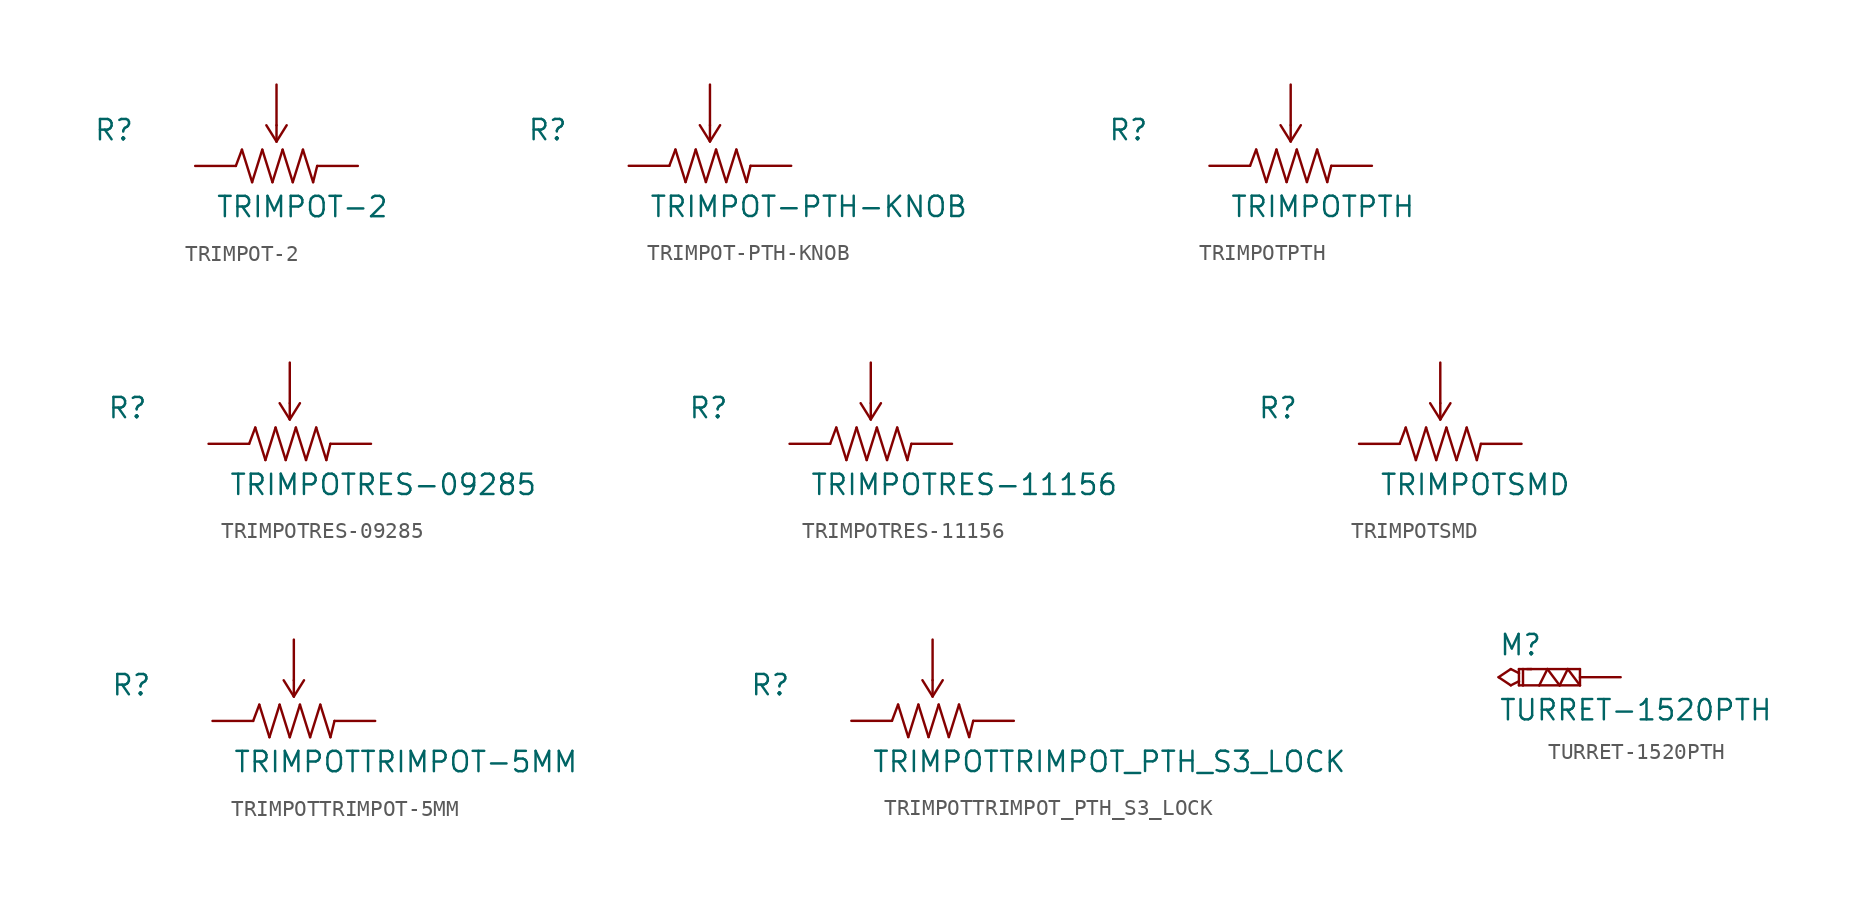
<source format=kicad_sym>
(kicad_symbol_lib
  (version 20211014)
  (generator kicad_symbol_editor)
  (symbol "TRIMPOT-2"
    (pin_numbers hide)
    (pin_names
      (offset 1.016) hide)
    (property "Reference" "R"
      (at -11.43 1.499 0)
      (effects (font (size 1.27 1.27)) (justify left bottom)))
    (property "Value" "TRIMPOT-2"
      (at -3.81 -3.302 0)
      (effects (font (size 1.27 1.27)) (justify left bottom)))
    (property "ki_locked" ""
      (at 0 0 0)
      (effects (font (size 1.27 1.27))))
    (symbol "TRIMPOT-2_1_0"
      (polyline (pts (xy -2.54 0) (xy -2.159 1.016)) (stroke (width 0) (type default) (color 0 0 0 0)) (fill (type none)))
      (polyline (pts (xy -2.159 1.016) (xy -1.524 -1.016)) (stroke (width 0) (type default) (color 0 0 0 0)) (fill (type none)))
      (polyline (pts (xy -1.524 -1.016) (xy -0.889 1.016)) (stroke (width 0) (type default) (color 0 0 0 0)) (fill (type none)))
      (polyline (pts (xy -0.889 1.016) (xy -0.254 -1.016)) (stroke (width 0) (type default) (color 0 0 0 0)) (fill (type none)))
      (polyline (pts (xy -0.635 2.54) (xy 0 1.524)) (stroke (width 0) (type default) (color 0 0 0 0)) (fill (type none)))
      (polyline (pts (xy -0.254 -1.016) (xy 0.381 1.016)) (stroke (width 0) (type default) (color 0 0 0 0)) (fill (type none)))
      (polyline (pts (xy 0 1.524) (xy 0.635 2.54)) (stroke (width 0) (type default) (color 0 0 0 0)) (fill (type none)))
      (polyline (pts (xy 0 2.54) (xy 0 1.524)) (stroke (width 0) (type default) (color 0 0 0 0)) (fill (type none)))
      (polyline (pts (xy 0.381 1.016) (xy 1.016 -1.016)) (stroke (width 0) (type default) (color 0 0 0 0)) (fill (type none)))
      (polyline (pts (xy 1.016 -1.016) (xy 1.651 1.016)) (stroke (width 0) (type default) (color 0 0 0 0)) (fill (type none)))
      (polyline (pts (xy 1.651 1.016) (xy 2.286 -1.016)) (stroke (width 0) (type default) (color 0 0 0 0)) (fill (type none)))
      (polyline (pts (xy 2.286 -1.016) (xy 2.54 0)) (stroke (width 0) (type default) (color 0 0 0 0)) (fill (type none))))
    (symbol "TRIMPOT-2_1_1"
      (pin passive line (at -5.08 0 0) (length 2.54) (name "CCW" (effects (font (size 1.016 1.016)))) (number "1" (effects (font (size 1.016 1.016)))))
      (pin passive line (at 0 5.08 270) (length 2.54) (name "WIPER" (effects (font (size 1.016 1.016)))) (number "2" (effects (font (size 1.016 1.016)))))
      (pin passive line (at 5.08 0 180) (length 2.54) (name "CW" (effects (font (size 1.016 1.016)))) (number "3" (effects (font (size 1.016 1.016)))))))
  (symbol "TRIMPOT-PTH-KNOB"
    (pin_numbers hide)
    (pin_names
      (offset 1.016) hide)
    (property "Reference" "R"
      (at -11.43 1.499 0)
      (effects (font (size 1.27 1.27)) (justify left bottom)))
    (property "Value" "TRIMPOT-PTH-KNOB"
      (at -3.81 -3.302 0)
      (effects (font (size 1.27 1.27)) (justify left bottom)))
    (property "ki_locked" ""
      (at 0 0 0)
      (effects (font (size 1.27 1.27))))
    (symbol "TRIMPOT-PTH-KNOB_1_0"
      (polyline (pts (xy -2.54 0) (xy -2.159 1.016)) (stroke (width 0) (type default) (color 0 0 0 0)) (fill (type none)))
      (polyline (pts (xy -2.159 1.016) (xy -1.524 -1.016)) (stroke (width 0) (type default) (color 0 0 0 0)) (fill (type none)))
      (polyline (pts (xy -1.524 -1.016) (xy -0.889 1.016)) (stroke (width 0) (type default) (color 0 0 0 0)) (fill (type none)))
      (polyline (pts (xy -0.889 1.016) (xy -0.254 -1.016)) (stroke (width 0) (type default) (color 0 0 0 0)) (fill (type none)))
      (polyline (pts (xy -0.635 2.54) (xy 0 1.524)) (stroke (width 0) (type default) (color 0 0 0 0)) (fill (type none)))
      (polyline (pts (xy -0.254 -1.016) (xy 0.381 1.016)) (stroke (width 0) (type default) (color 0 0 0 0)) (fill (type none)))
      (polyline (pts (xy 0 1.524) (xy 0.635 2.54)) (stroke (width 0) (type default) (color 0 0 0 0)) (fill (type none)))
      (polyline (pts (xy 0 2.54) (xy 0 1.524)) (stroke (width 0) (type default) (color 0 0 0 0)) (fill (type none)))
      (polyline (pts (xy 0.381 1.016) (xy 1.016 -1.016)) (stroke (width 0) (type default) (color 0 0 0 0)) (fill (type none)))
      (polyline (pts (xy 1.016 -1.016) (xy 1.651 1.016)) (stroke (width 0) (type default) (color 0 0 0 0)) (fill (type none)))
      (polyline (pts (xy 1.651 1.016) (xy 2.286 -1.016)) (stroke (width 0) (type default) (color 0 0 0 0)) (fill (type none)))
      (polyline (pts (xy 2.286 -1.016) (xy 2.54 0)) (stroke (width 0) (type default) (color 0 0 0 0)) (fill (type none))))
    (symbol "TRIMPOT-PTH-KNOB_1_1"
      (pin passive line (at -5.08 0 0) (length 2.54) (name "CCW" (effects (font (size 1.016 1.016)))) (number "1" (effects (font (size 1.016 1.016)))))
      (pin passive line (at 0 5.08 270) (length 2.54) (name "WIPER" (effects (font (size 1.016 1.016)))) (number "2" (effects (font (size 1.016 1.016)))))
      (pin passive line (at 5.08 0 180) (length 2.54) (name "CW" (effects (font (size 1.016 1.016)))) (number "3" (effects (font (size 1.016 1.016)))))))
  (symbol "TRIMPOTPTH"
    (pin_numbers hide)
    (pin_names
      (offset 1.016) hide)
    (property "Reference" "R"
      (at -11.43 1.499 0)
      (effects (font (size 1.27 1.27)) (justify left bottom)))
    (property "Value" "TRIMPOTPTH"
      (at -3.81 -3.302 0)
      (effects (font (size 1.27 1.27)) (justify left bottom)))
    (property "ki_locked" ""
      (at 0 0 0)
      (effects (font (size 1.27 1.27))))
    (symbol "TRIMPOTPTH_1_0"
      (polyline (pts (xy -2.54 0) (xy -2.159 1.016)) (stroke (width 0) (type default) (color 0 0 0 0)) (fill (type none)))
      (polyline (pts (xy -2.159 1.016) (xy -1.524 -1.016)) (stroke (width 0) (type default) (color 0 0 0 0)) (fill (type none)))
      (polyline (pts (xy -1.524 -1.016) (xy -0.889 1.016)) (stroke (width 0) (type default) (color 0 0 0 0)) (fill (type none)))
      (polyline (pts (xy -0.889 1.016) (xy -0.254 -1.016)) (stroke (width 0) (type default) (color 0 0 0 0)) (fill (type none)))
      (polyline (pts (xy -0.635 2.54) (xy 0 1.524)) (stroke (width 0) (type default) (color 0 0 0 0)) (fill (type none)))
      (polyline (pts (xy -0.254 -1.016) (xy 0.381 1.016)) (stroke (width 0) (type default) (color 0 0 0 0)) (fill (type none)))
      (polyline (pts (xy 0 1.524) (xy 0.635 2.54)) (stroke (width 0) (type default) (color 0 0 0 0)) (fill (type none)))
      (polyline (pts (xy 0 2.54) (xy 0 1.524)) (stroke (width 0) (type default) (color 0 0 0 0)) (fill (type none)))
      (polyline (pts (xy 0.381 1.016) (xy 1.016 -1.016)) (stroke (width 0) (type default) (color 0 0 0 0)) (fill (type none)))
      (polyline (pts (xy 1.016 -1.016) (xy 1.651 1.016)) (stroke (width 0) (type default) (color 0 0 0 0)) (fill (type none)))
      (polyline (pts (xy 1.651 1.016) (xy 2.286 -1.016)) (stroke (width 0) (type default) (color 0 0 0 0)) (fill (type none)))
      (polyline (pts (xy 2.286 -1.016) (xy 2.54 0)) (stroke (width 0) (type default) (color 0 0 0 0)) (fill (type none))))
    (symbol "TRIMPOTPTH_1_1"
      (pin passive line (at -5.08 0 0) (length 2.54) (name "CCW" (effects (font (size 1.016 1.016)))) (number "1" (effects (font (size 1.016 1.016)))))
      (pin passive line (at 0 5.08 270) (length 2.54) (name "WIPER" (effects (font (size 1.016 1.016)))) (number "2" (effects (font (size 1.016 1.016)))))
      (pin passive line (at 5.08 0 180) (length 2.54) (name "CW" (effects (font (size 1.016 1.016)))) (number "3" (effects (font (size 1.016 1.016)))))))
  (symbol "TRIMPOTRES-09285"
    (pin_numbers hide)
    (pin_names
      (offset 1.016) hide)
    (property "Reference" "R"
      (at -11.43 1.499 0)
      (effects (font (size 1.27 1.27)) (justify left bottom)))
    (property "Value" "TRIMPOTRES-09285"
      (at -3.81 -3.302 0)
      (effects (font (size 1.27 1.27)) (justify left bottom)))
    (property "ki_locked" ""
      (at 0 0 0)
      (effects (font (size 1.27 1.27))))
    (symbol "TRIMPOTRES-09285_1_0"
      (polyline (pts (xy -2.54 0) (xy -2.159 1.016)) (stroke (width 0) (type default) (color 0 0 0 0)) (fill (type none)))
      (polyline (pts (xy -2.159 1.016) (xy -1.524 -1.016)) (stroke (width 0) (type default) (color 0 0 0 0)) (fill (type none)))
      (polyline (pts (xy -1.524 -1.016) (xy -0.889 1.016)) (stroke (width 0) (type default) (color 0 0 0 0)) (fill (type none)))
      (polyline (pts (xy -0.889 1.016) (xy -0.254 -1.016)) (stroke (width 0) (type default) (color 0 0 0 0)) (fill (type none)))
      (polyline (pts (xy -0.635 2.54) (xy 0 1.524)) (stroke (width 0) (type default) (color 0 0 0 0)) (fill (type none)))
      (polyline (pts (xy -0.254 -1.016) (xy 0.381 1.016)) (stroke (width 0) (type default) (color 0 0 0 0)) (fill (type none)))
      (polyline (pts (xy 0 1.524) (xy 0.635 2.54)) (stroke (width 0) (type default) (color 0 0 0 0)) (fill (type none)))
      (polyline (pts (xy 0 2.54) (xy 0 1.524)) (stroke (width 0) (type default) (color 0 0 0 0)) (fill (type none)))
      (polyline (pts (xy 0.381 1.016) (xy 1.016 -1.016)) (stroke (width 0) (type default) (color 0 0 0 0)) (fill (type none)))
      (polyline (pts (xy 1.016 -1.016) (xy 1.651 1.016)) (stroke (width 0) (type default) (color 0 0 0 0)) (fill (type none)))
      (polyline (pts (xy 1.651 1.016) (xy 2.286 -1.016)) (stroke (width 0) (type default) (color 0 0 0 0)) (fill (type none)))
      (polyline (pts (xy 2.286 -1.016) (xy 2.54 0)) (stroke (width 0) (type default) (color 0 0 0 0)) (fill (type none))))
    (symbol "TRIMPOTRES-09285_1_1"
      (pin passive line (at -5.08 0 0) (length 2.54) (name "CCW" (effects (font (size 1.016 1.016)))) (number "1" (effects (font (size 1.016 1.016)))))
      (pin passive line (at 0 5.08 270) (length 2.54) (name "WIPER" (effects (font (size 1.016 1.016)))) (number "2" (effects (font (size 1.016 1.016)))))
      (pin passive line (at 5.08 0 180) (length 2.54) (name "CW" (effects (font (size 1.016 1.016)))) (number "3" (effects (font (size 1.016 1.016)))))))
  (symbol "TRIMPOTRES-11156"
    (pin_numbers hide)
    (pin_names
      (offset 1.016) hide)
    (property "Reference" "R"
      (at -11.43 1.499 0)
      (effects (font (size 1.27 1.27)) (justify left bottom)))
    (property "Value" "TRIMPOTRES-11156"
      (at -3.81 -3.302 0)
      (effects (font (size 1.27 1.27)) (justify left bottom)))
    (property "ki_locked" ""
      (at 0 0 0)
      (effects (font (size 1.27 1.27))))
    (symbol "TRIMPOTRES-11156_1_0"
      (polyline (pts (xy -2.54 0) (xy -2.159 1.016)) (stroke (width 0) (type default) (color 0 0 0 0)) (fill (type none)))
      (polyline (pts (xy -2.159 1.016) (xy -1.524 -1.016)) (stroke (width 0) (type default) (color 0 0 0 0)) (fill (type none)))
      (polyline (pts (xy -1.524 -1.016) (xy -0.889 1.016)) (stroke (width 0) (type default) (color 0 0 0 0)) (fill (type none)))
      (polyline (pts (xy -0.889 1.016) (xy -0.254 -1.016)) (stroke (width 0) (type default) (color 0 0 0 0)) (fill (type none)))
      (polyline (pts (xy -0.635 2.54) (xy 0 1.524)) (stroke (width 0) (type default) (color 0 0 0 0)) (fill (type none)))
      (polyline (pts (xy -0.254 -1.016) (xy 0.381 1.016)) (stroke (width 0) (type default) (color 0 0 0 0)) (fill (type none)))
      (polyline (pts (xy 0 1.524) (xy 0.635 2.54)) (stroke (width 0) (type default) (color 0 0 0 0)) (fill (type none)))
      (polyline (pts (xy 0 2.54) (xy 0 1.524)) (stroke (width 0) (type default) (color 0 0 0 0)) (fill (type none)))
      (polyline (pts (xy 0.381 1.016) (xy 1.016 -1.016)) (stroke (width 0) (type default) (color 0 0 0 0)) (fill (type none)))
      (polyline (pts (xy 1.016 -1.016) (xy 1.651 1.016)) (stroke (width 0) (type default) (color 0 0 0 0)) (fill (type none)))
      (polyline (pts (xy 1.651 1.016) (xy 2.286 -1.016)) (stroke (width 0) (type default) (color 0 0 0 0)) (fill (type none)))
      (polyline (pts (xy 2.286 -1.016) (xy 2.54 0)) (stroke (width 0) (type default) (color 0 0 0 0)) (fill (type none))))
    (symbol "TRIMPOTRES-11156_1_1"
      (pin passive line (at -5.08 0 0) (length 2.54) (name "CCW" (effects (font (size 1.016 1.016)))) (number "A" (effects (font (size 1.016 1.016)))))
      (pin passive line (at 0 5.08 270) (length 2.54) (name "WIPER" (effects (font (size 1.016 1.016)))) (number "B" (effects (font (size 1.016 1.016)))))
      (pin passive line (at 5.08 0 180) (length 2.54) (name "CW" (effects (font (size 1.016 1.016)))) (number "C" (effects (font (size 1.016 1.016)))))))
  (symbol "TRIMPOTSMD"
    (pin_numbers hide)
    (pin_names
      (offset 1.016) hide)
    (property "Reference" "R"
      (at -11.43 1.499 0)
      (effects (font (size 1.27 1.27)) (justify left bottom)))
    (property "Value" "TRIMPOTSMD"
      (at -3.81 -3.302 0)
      (effects (font (size 1.27 1.27)) (justify left bottom)))
    (property "ki_locked" ""
      (at 0 0 0)
      (effects (font (size 1.27 1.27))))
    (symbol "TRIMPOTSMD_1_0"
      (polyline (pts (xy -2.54 0) (xy -2.159 1.016)) (stroke (width 0) (type default) (color 0 0 0 0)) (fill (type none)))
      (polyline (pts (xy -2.159 1.016) (xy -1.524 -1.016)) (stroke (width 0) (type default) (color 0 0 0 0)) (fill (type none)))
      (polyline (pts (xy -1.524 -1.016) (xy -0.889 1.016)) (stroke (width 0) (type default) (color 0 0 0 0)) (fill (type none)))
      (polyline (pts (xy -0.889 1.016) (xy -0.254 -1.016)) (stroke (width 0) (type default) (color 0 0 0 0)) (fill (type none)))
      (polyline (pts (xy -0.635 2.54) (xy 0 1.524)) (stroke (width 0) (type default) (color 0 0 0 0)) (fill (type none)))
      (polyline (pts (xy -0.254 -1.016) (xy 0.381 1.016)) (stroke (width 0) (type default) (color 0 0 0 0)) (fill (type none)))
      (polyline (pts (xy 0 1.524) (xy 0.635 2.54)) (stroke (width 0) (type default) (color 0 0 0 0)) (fill (type none)))
      (polyline (pts (xy 0 2.54) (xy 0 1.524)) (stroke (width 0) (type default) (color 0 0 0 0)) (fill (type none)))
      (polyline (pts (xy 0.381 1.016) (xy 1.016 -1.016)) (stroke (width 0) (type default) (color 0 0 0 0)) (fill (type none)))
      (polyline (pts (xy 1.016 -1.016) (xy 1.651 1.016)) (stroke (width 0) (type default) (color 0 0 0 0)) (fill (type none)))
      (polyline (pts (xy 1.651 1.016) (xy 2.286 -1.016)) (stroke (width 0) (type default) (color 0 0 0 0)) (fill (type none)))
      (polyline (pts (xy 2.286 -1.016) (xy 2.54 0)) (stroke (width 0) (type default) (color 0 0 0 0)) (fill (type none))))
    (symbol "TRIMPOTSMD_1_1"
      (pin passive line (at -5.08 0 0) (length 2.54) (name "CCW" (effects (font (size 1.016 1.016)))) (number "1" (effects (font (size 1.016 1.016)))))
      (pin passive line (at 0 5.08 270) (length 2.54) (name "WIPER" (effects (font (size 1.016 1.016)))) (number "2" (effects (font (size 1.016 1.016)))))
      (pin passive line (at 5.08 0 180) (length 2.54) (name "CW" (effects (font (size 1.016 1.016)))) (number "3" (effects (font (size 1.016 1.016)))))))
  (symbol "TRIMPOTTRIMPOT-5MM"
    (pin_numbers hide)
    (pin_names
      (offset 1.016) hide)
    (property "Reference" "R"
      (at -11.43 1.499 0)
      (effects (font (size 1.27 1.27)) (justify left bottom)))
    (property "Value" "TRIMPOTTRIMPOT-5MM"
      (at -3.81 -3.302 0)
      (effects (font (size 1.27 1.27)) (justify left bottom)))
    (property "ki_locked" ""
      (at 0 0 0)
      (effects (font (size 1.27 1.27))))
    (symbol "TRIMPOTTRIMPOT-5MM_1_0"
      (polyline (pts (xy -2.54 0) (xy -2.159 1.016)) (stroke (width 0) (type default) (color 0 0 0 0)) (fill (type none)))
      (polyline (pts (xy -2.159 1.016) (xy -1.524 -1.016)) (stroke (width 0) (type default) (color 0 0 0 0)) (fill (type none)))
      (polyline (pts (xy -1.524 -1.016) (xy -0.889 1.016)) (stroke (width 0) (type default) (color 0 0 0 0)) (fill (type none)))
      (polyline (pts (xy -0.889 1.016) (xy -0.254 -1.016)) (stroke (width 0) (type default) (color 0 0 0 0)) (fill (type none)))
      (polyline (pts (xy -0.635 2.54) (xy 0 1.524)) (stroke (width 0) (type default) (color 0 0 0 0)) (fill (type none)))
      (polyline (pts (xy -0.254 -1.016) (xy 0.381 1.016)) (stroke (width 0) (type default) (color 0 0 0 0)) (fill (type none)))
      (polyline (pts (xy 0 1.524) (xy 0.635 2.54)) (stroke (width 0) (type default) (color 0 0 0 0)) (fill (type none)))
      (polyline (pts (xy 0 2.54) (xy 0 1.524)) (stroke (width 0) (type default) (color 0 0 0 0)) (fill (type none)))
      (polyline (pts (xy 0.381 1.016) (xy 1.016 -1.016)) (stroke (width 0) (type default) (color 0 0 0 0)) (fill (type none)))
      (polyline (pts (xy 1.016 -1.016) (xy 1.651 1.016)) (stroke (width 0) (type default) (color 0 0 0 0)) (fill (type none)))
      (polyline (pts (xy 1.651 1.016) (xy 2.286 -1.016)) (stroke (width 0) (type default) (color 0 0 0 0)) (fill (type none)))
      (polyline (pts (xy 2.286 -1.016) (xy 2.54 0)) (stroke (width 0) (type default) (color 0 0 0 0)) (fill (type none))))
    (symbol "TRIMPOTTRIMPOT-5MM_1_1"
      (pin passive line (at -5.08 0 0) (length 2.54) (name "CCW" (effects (font (size 1.016 1.016)))) (number "A" (effects (font (size 1.016 1.016)))))
      (pin passive line (at 0 5.08 270) (length 2.54) (name "WIPER" (effects (font (size 1.016 1.016)))) (number "B" (effects (font (size 1.016 1.016)))))
      (pin passive line (at 5.08 0 180) (length 2.54) (name "CW" (effects (font (size 1.016 1.016)))) (number "C" (effects (font (size 1.016 1.016)))))))
  (symbol "TRIMPOTTRIMPOT_PTH_S3_LOCK"
    (pin_numbers hide)
    (pin_names
      (offset 1.016) hide)
    (property "Reference" "R"
      (at -11.43 1.499 0)
      (effects (font (size 1.27 1.27)) (justify left bottom)))
    (property "Value" "TRIMPOTTRIMPOT_PTH_S3_LOCK"
      (at -3.81 -3.302 0)
      (effects (font (size 1.27 1.27)) (justify left bottom)))
    (property "ki_locked" ""
      (at 0 0 0)
      (effects (font (size 1.27 1.27))))
    (symbol "TRIMPOTTRIMPOT_PTH_S3_LOCK_1_0"
      (polyline (pts (xy -2.54 0) (xy -2.159 1.016)) (stroke (width 0) (type default) (color 0 0 0 0)) (fill (type none)))
      (polyline (pts (xy -2.159 1.016) (xy -1.524 -1.016)) (stroke (width 0) (type default) (color 0 0 0 0)) (fill (type none)))
      (polyline (pts (xy -1.524 -1.016) (xy -0.889 1.016)) (stroke (width 0) (type default) (color 0 0 0 0)) (fill (type none)))
      (polyline (pts (xy -0.889 1.016) (xy -0.254 -1.016)) (stroke (width 0) (type default) (color 0 0 0 0)) (fill (type none)))
      (polyline (pts (xy -0.635 2.54) (xy 0 1.524)) (stroke (width 0) (type default) (color 0 0 0 0)) (fill (type none)))
      (polyline (pts (xy -0.254 -1.016) (xy 0.381 1.016)) (stroke (width 0) (type default) (color 0 0 0 0)) (fill (type none)))
      (polyline (pts (xy 0 1.524) (xy 0.635 2.54)) (stroke (width 0) (type default) (color 0 0 0 0)) (fill (type none)))
      (polyline (pts (xy 0 2.54) (xy 0 1.524)) (stroke (width 0) (type default) (color 0 0 0 0)) (fill (type none)))
      (polyline (pts (xy 0.381 1.016) (xy 1.016 -1.016)) (stroke (width 0) (type default) (color 0 0 0 0)) (fill (type none)))
      (polyline (pts (xy 1.016 -1.016) (xy 1.651 1.016)) (stroke (width 0) (type default) (color 0 0 0 0)) (fill (type none)))
      (polyline (pts (xy 1.651 1.016) (xy 2.286 -1.016)) (stroke (width 0) (type default) (color 0 0 0 0)) (fill (type none)))
      (polyline (pts (xy 2.286 -1.016) (xy 2.54 0)) (stroke (width 0) (type default) (color 0 0 0 0)) (fill (type none))))
    (symbol "TRIMPOTTRIMPOT_PTH_S3_LOCK_1_1"
      (pin passive line (at -5.08 0 0) (length 2.54) (name "CCW" (effects (font (size 1.016 1.016)))) (number "1" (effects (font (size 1.016 1.016)))))
      (pin passive line (at 0 5.08 270) (length 2.54) (name "WIPER" (effects (font (size 1.016 1.016)))) (number "2" (effects (font (size 1.016 1.016)))))
      (pin passive line (at 5.08 0 180) (length 2.54) (name "CW" (effects (font (size 1.016 1.016)))) (number "3" (effects (font (size 1.016 1.016)))))))
  (symbol "TURRET-1520PTH"
    (pin_numbers hide)
    (pin_names
      (offset 1.016) hide)
    (property "Reference" "M"
      (at -2.54 1.27 0)
      (effects (font (size 1.27 1.27)) (justify left bottom)))
    (property "Value" "TURRET-1520PTH"
      (at -2.54 -2.794 0)
      (effects (font (size 1.27 1.27)) (justify left bottom)))
    (property "ki_locked" ""
      (at 0 0 0)
      (effects (font (size 1.27 1.27))))
    (symbol "TURRET-1520PTH_1_0"
      (polyline (pts (xy -2.54 0) (xy -1.778 -0.508)) (stroke (width 0) (type default) (color 0 0 0 0)) (fill (type none)))
      (polyline (pts (xy -1.778 -0.508) (xy -1.27 -0.254)) (stroke (width 0) (type default) (color 0 0 0 0)) (fill (type none)))
      (polyline (pts (xy -1.778 0.508) (xy -2.54 0)) (stroke (width 0) (type default) (color 0 0 0 0)) (fill (type none)))
      (polyline (pts (xy -1.27 -0.508) (xy -1.016 -0.508)) (stroke (width 0) (type default) (color 0 0 0 0)) (fill (type none)))
      (polyline (pts (xy -1.27 -0.254) (xy -1.27 -0.508)) (stroke (width 0) (type default) (color 0 0 0 0)) (fill (type none)))
      (polyline (pts (xy -1.27 0.254) (xy -1.778 0.508)) (stroke (width 0) (type default) (color 0 0 0 0)) (fill (type none)))
      (polyline (pts (xy -1.27 0.254) (xy -1.27 -0.254)) (stroke (width 0) (type default) (color 0 0 0 0)) (fill (type none)))
      (polyline (pts (xy -1.27 0.508) (xy -1.27 0.254)) (stroke (width 0) (type default) (color 0 0 0 0)) (fill (type none)))
      (polyline (pts (xy -1.016 -0.508) (xy -1.016 0.508)) (stroke (width 0) (type default) (color 0 0 0 0)) (fill (type none)))
      (polyline (pts (xy -1.016 0.508) (xy -1.27 0.508)) (stroke (width 0) (type default) (color 0 0 0 0)) (fill (type none)))
      (polyline (pts (xy -1.016 0.508) (xy -0.508 0.508)) (stroke (width 0) (type default) (color 0 0 0 0)) (fill (type none)))
      (polyline (pts (xy -0.762 0.508) (xy -0.508 0.508)) (stroke (width 0) (type default) (color 0 0 0 0)) (fill (type none)))
      (polyline (pts (xy -0.508 0.508) (xy 0.508 0.508)) (stroke (width 0) (type default) (color 0 0 0 0)) (fill (type none)))
      (polyline (pts (xy 0 -0.508) (xy -1.016 -0.508)) (stroke (width 0) (type default) (color 0 0 0 0)) (fill (type none)))
      (polyline (pts (xy 0.508 0.508) (xy 0 -0.508)) (stroke (width 0) (type default) (color 0 0 0 0)) (fill (type none)))
      (polyline (pts (xy 0.508 0.508) (xy 1.778 0.508)) (stroke (width 0) (type default) (color 0 0 0 0)) (fill (type none)))
      (polyline (pts (xy 1.27 -0.508) (xy 0 -0.508)) (stroke (width 0) (type default) (color 0 0 0 0)) (fill (type none)))
      (polyline (pts (xy 1.27 -0.508) (xy 0.508 0.508)) (stroke (width 0) (type default) (color 0 0 0 0)) (fill (type none)))
      (polyline (pts (xy 1.778 0.508) (xy 1.27 -0.508)) (stroke (width 0) (type default) (color 0 0 0 0)) (fill (type none)))
      (polyline (pts (xy 1.778 0.508) (xy 2.54 0.508)) (stroke (width 0) (type default) (color 0 0 0 0)) (fill (type none)))
      (polyline (pts (xy 2.54 -0.508) (xy 1.27 -0.508)) (stroke (width 0) (type default) (color 0 0 0 0)) (fill (type none)))
      (polyline (pts (xy 2.54 -0.508) (xy 1.778 0.508)) (stroke (width 0) (type default) (color 0 0 0 0)) (fill (type none)))
      (polyline (pts (xy 2.54 0.508) (xy 2.54 -0.508)) (stroke (width 0) (type default) (color 0 0 0 0)) (fill (type none))))
    (symbol "TURRET-1520PTH_1_1"
      (pin bidirectional line (at 5.08 0 180) (length 2.54) (name "1" (effects (font (size 1.016 1.016)))) (number "1" (effects (font (size 1.016 1.016))))))))
</source>
